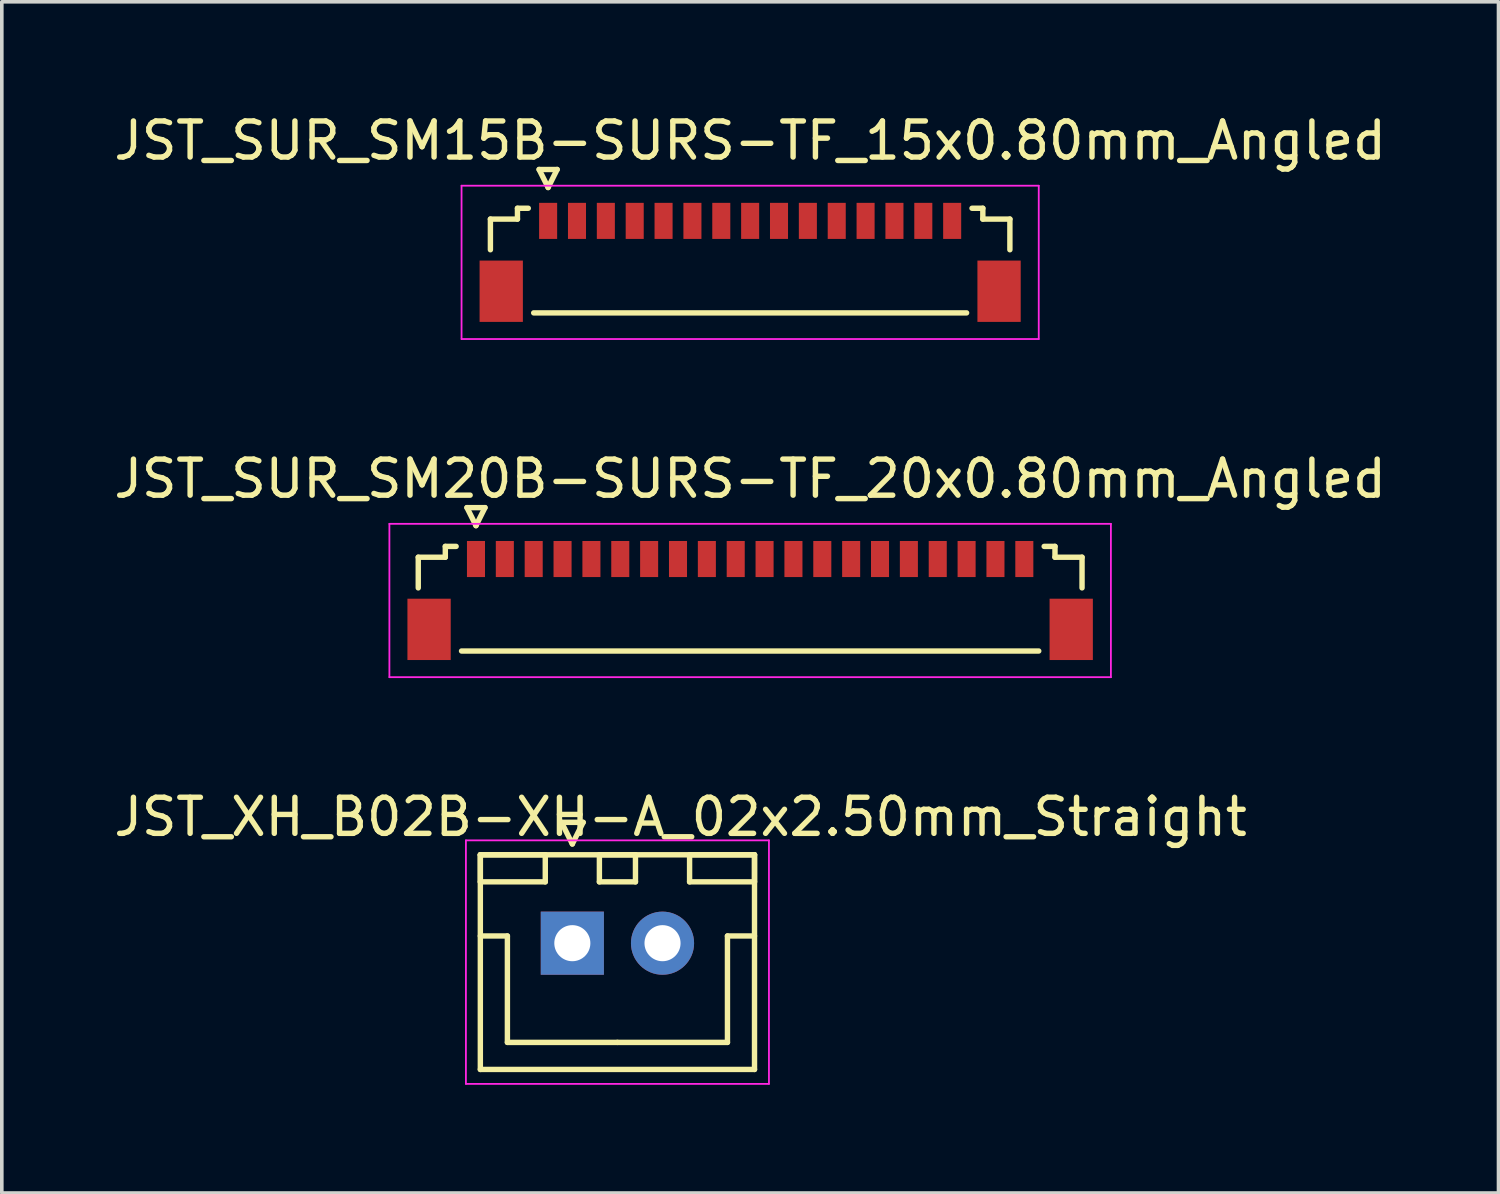
<source format=kicad_pcb>
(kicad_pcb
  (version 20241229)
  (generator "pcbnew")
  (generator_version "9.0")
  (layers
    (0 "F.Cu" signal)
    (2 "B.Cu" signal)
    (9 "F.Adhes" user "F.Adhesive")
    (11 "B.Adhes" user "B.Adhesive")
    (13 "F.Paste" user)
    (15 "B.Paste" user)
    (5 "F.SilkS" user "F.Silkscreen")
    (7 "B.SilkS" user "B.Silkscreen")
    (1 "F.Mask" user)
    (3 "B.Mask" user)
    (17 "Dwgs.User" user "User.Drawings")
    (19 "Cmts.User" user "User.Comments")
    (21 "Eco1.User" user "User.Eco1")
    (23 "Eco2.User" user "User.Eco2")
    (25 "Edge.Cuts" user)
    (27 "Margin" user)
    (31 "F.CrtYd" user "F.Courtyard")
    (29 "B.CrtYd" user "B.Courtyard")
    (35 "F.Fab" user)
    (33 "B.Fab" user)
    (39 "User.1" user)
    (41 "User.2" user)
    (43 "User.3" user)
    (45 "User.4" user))
  (footprint "JST_SUR_SM20B-SURS-TF_20x0.80mm_Angled"
    (layer "F.Cu")
    (at 17.744 13.421)
    (property "Reference" "JST_SUR_SM20B-SURS-TF_20x0.80mm_Angled" (at 0 -3.2 0) (layer "F.SilkS") (effects (font (size 1 1) (thickness 0.15))))
    (attr smd)
    (fp_line (start -9.2 -1.025) (end -9.2 -0.175) (stroke (width 0.15) (type solid)) (layer "F.SilkS"))
    (fp_line (start -8.45 -1.325) (end -8.45 -1.025) (stroke (width 0.15) (type solid)) (layer "F.SilkS"))
    (fp_line (start -8.45 -1.025) (end -9.2 -1.025) (stroke (width 0.15) (type solid)) (layer "F.SilkS"))
    (fp_line (start -8.15 -1.325) (end -8.45 -1.325) (stroke (width 0.15) (type solid)) (layer "F.SilkS"))
    (fp_line (start -8 1.575) (end 8 1.575) (stroke (width 0.15) (type solid)) (layer "F.SilkS"))
    (fp_line (start -7.85 -2.4) (end -7.35 -2.4) (stroke (width 0.15) (type solid)) (layer "F.SilkS"))
    (fp_line (start -7.6 -1.9) (end -7.85 -2.4) (stroke (width 0.15) (type solid)) (layer "F.SilkS"))
    (fp_line (start -7.35 -2.4) (end -7.6 -1.9) (stroke (width 0.15) (type solid)) (layer "F.SilkS"))
    (fp_line (start 8.15 -1.325) (end 8.45 -1.325) (stroke (width 0.15) (type solid)) (layer "F.SilkS"))
    (fp_line (start 8.45 -1.325) (end 8.45 -1.025) (stroke (width 0.15) (type solid)) (layer "F.SilkS"))
    (fp_line (start 8.45 -1.025) (end 9.2 -1.025) (stroke (width 0.15) (type solid)) (layer "F.SilkS"))
    (fp_line (start 9.2 -1.025) (end 9.2 -0.175) (stroke (width 0.15) (type solid)) (layer "F.SilkS"))
    (fp_line (start -10 -1.95) (end 10 -1.95) (stroke (width 0.05) (type solid)) (layer "F.CrtYd"))
    (fp_line (start -10 2.3) (end -10 -1.95) (stroke (width 0.05) (type solid)) (layer "F.CrtYd"))
    (fp_line (start 10 -1.95) (end 10 2.3) (stroke (width 0.05) (type solid)) (layer "F.CrtYd"))
    (fp_line (start 10 2.3) (end -10 2.3) (stroke (width 0.05) (type solid)) (layer "F.CrtYd"))
    (pad "" smd rect (at -8.9 0.975) (size 1.2 1.7) (layers "F.Cu" "F.Mask" "F.Paste"))
    (pad "" smd rect (at 8.9 0.975) (size 1.2 1.7) (layers "F.Cu" "F.Mask" "F.Paste"))
    (pad "1" smd rect (at -7.6 -0.975) (size 0.5 1) (layers "F.Cu" "F.Mask" "F.Paste"))
    (pad "2" smd rect (at -6.8 -0.975) (size 0.5 1) (layers "F.Cu" "F.Mask" "F.Paste"))
    (pad "3" smd rect (at -6 -0.975) (size 0.5 1) (layers "F.Cu" "F.Mask" "F.Paste"))
    (pad "4" smd rect (at -5.2 -0.975) (size 0.5 1) (layers "F.Cu" "F.Mask" "F.Paste"))
    (pad "5" smd rect (at -4.4 -0.975) (size 0.5 1) (layers "F.Cu" "F.Mask" "F.Paste"))
    (pad "6" smd rect (at -3.6 -0.975) (size 0.5 1) (layers "F.Cu" "F.Mask" "F.Paste"))
    (pad "7" smd rect (at -2.8 -0.975) (size 0.5 1) (layers "F.Cu" "F.Mask" "F.Paste"))
    (pad "8" smd rect (at -2 -0.975) (size 0.5 1) (layers "F.Cu" "F.Mask" "F.Paste"))
    (pad "9" smd rect (at -1.2 -0.975) (size 0.5 1) (layers "F.Cu" "F.Mask" "F.Paste"))
    (pad "10" smd rect (at -0.4 -0.975) (size 0.5 1) (layers "F.Cu" "F.Mask" "F.Paste"))
    (pad "11" smd rect (at 0.4 -0.975) (size 0.5 1) (layers "F.Cu" "F.Mask" "F.Paste"))
    (pad "12" smd rect (at 1.2 -0.975) (size 0.5 1) (layers "F.Cu" "F.Mask" "F.Paste"))
    (pad "13" smd rect (at 2 -0.975) (size 0.5 1) (layers "F.Cu" "F.Mask" "F.Paste"))
    (pad "14" smd rect (at 2.8 -0.975) (size 0.5 1) (layers "F.Cu" "F.Mask" "F.Paste"))
    (pad "15" smd rect (at 3.6 -0.975) (size 0.5 1) (layers "F.Cu" "F.Mask" "F.Paste"))
    (pad "16" smd rect (at 4.4 -0.975) (size 0.5 1) (layers "F.Cu" "F.Mask" "F.Paste"))
    (pad "17" smd rect (at 5.2 -0.975) (size 0.5 1) (layers "F.Cu" "F.Mask" "F.Paste"))
    (pad "18" smd rect (at 6 -0.975) (size 0.5 1) (layers "F.Cu" "F.Mask" "F.Paste"))
    (pad "19" smd rect (at 6.8 -0.975) (size 0.5 1) (layers "F.Cu" "F.Mask" "F.Paste"))
    (pad "20" smd rect (at 7.6 -0.975) (size 0.5 1) (layers "F.Cu" "F.Mask" "F.Paste")))
  (footprint "JST_XH_B02B-XH-A_02x2.50mm_Straight"
    (layer "F.Cu")
    (at 12.815 23.095)
    (property "Reference" "JST_XH_B02B-XH-A_02x2.50mm_Straight" (at 3 -3.5 0) (layer "F.SilkS") (effects (font (size 1 1) (thickness 0.15))))
    (attr through_hole)
    (fp_line (start -2.55 -2.45) (end -2.55 -1.7) (stroke (width 0.15) (type solid)) (layer "F.SilkS"))
    (fp_line (start -2.55 -2.45) (end -2.55 3.5) (stroke (width 0.15) (type solid)) (layer "F.SilkS"))
    (fp_line (start -2.55 -1.7) (end -0.75 -1.7) (stroke (width 0.15) (type solid)) (layer "F.SilkS"))
    (fp_line (start -2.55 -0.2) (end -1.8 -0.2) (stroke (width 0.15) (type solid)) (layer "F.SilkS"))
    (fp_line (start -2.55 3.5) (end 5.05 3.5) (stroke (width 0.15) (type solid)) (layer "F.SilkS"))
    (fp_line (start -1.8 -0.2) (end -1.8 2.75) (stroke (width 0.15) (type solid)) (layer "F.SilkS"))
    (fp_line (start -1.8 2.75) (end 1.25 2.75) (stroke (width 0.15) (type solid)) (layer "F.SilkS"))
    (fp_line (start -0.75 -2.45) (end -2.55 -2.45) (stroke (width 0.15) (type solid)) (layer "F.SilkS"))
    (fp_line (start -0.75 -1.7) (end -0.75 -2.45) (stroke (width 0.15) (type solid)) (layer "F.SilkS"))
    (fp_line (start -0.3 -3.35) (end 0.3 -3.35) (stroke (width 0.15) (type solid)) (layer "F.SilkS"))
    (fp_line (start 0 -2.75) (end -0.3 -3.35) (stroke (width 0.15) (type solid)) (layer "F.SilkS"))
    (fp_line (start 0.3 -3.35) (end 0 -2.75) (stroke (width 0.15) (type solid)) (layer "F.SilkS"))
    (fp_line (start 0.75 -2.45) (end 0.75 -1.7) (stroke (width 0.15) (type solid)) (layer "F.SilkS"))
    (fp_line (start 0.75 -1.7) (end 1.75 -1.7) (stroke (width 0.15) (type solid)) (layer "F.SilkS"))
    (fp_line (start 1.75 -2.45) (end 0.75 -2.45) (stroke (width 0.15) (type solid)) (layer "F.SilkS"))
    (fp_line (start 1.75 -1.7) (end 1.75 -2.45) (stroke (width 0.15) (type solid)) (layer "F.SilkS"))
    (fp_line (start 3.25 -2.45) (end 3.25 -1.7) (stroke (width 0.15) (type solid)) (layer "F.SilkS"))
    (fp_line (start 3.25 -1.7) (end 5.05 -1.7) (stroke (width 0.15) (type solid)) (layer "F.SilkS"))
    (fp_line (start 4.3 -0.2) (end 4.3 2.75) (stroke (width 0.15) (type solid)) (layer "F.SilkS"))
    (fp_line (start 4.3 2.75) (end 1.25 2.75) (stroke (width 0.15) (type solid)) (layer "F.SilkS"))
    (fp_line (start 5.05 -2.45) (end -2.55 -2.45) (stroke (width 0.15) (type solid)) (layer "F.SilkS"))
    (fp_line (start 5.05 -2.45) (end 3.25 -2.45) (stroke (width 0.15) (type solid)) (layer "F.SilkS"))
    (fp_line (start 5.05 -1.7) (end 5.05 -2.45) (stroke (width 0.15) (type solid)) (layer "F.SilkS"))
    (fp_line (start 5.05 -0.2) (end 4.3 -0.2) (stroke (width 0.15) (type solid)) (layer "F.SilkS"))
    (fp_line (start 5.05 3.5) (end 5.05 -2.45) (stroke (width 0.15) (type solid)) (layer "F.SilkS"))
    (fp_line (start -2.95 -2.85) (end -2.95 3.9) (stroke (width 0.05) (type solid)) (layer "F.CrtYd"))
    (fp_line (start -2.95 3.9) (end 5.45 3.9) (stroke (width 0.05) (type solid)) (layer "F.CrtYd"))
    (fp_line (start 5.45 -2.85) (end -2.95 -2.85) (stroke (width 0.05) (type solid)) (layer "F.CrtYd"))
    (fp_line (start 5.45 3.9) (end 5.45 -2.85) (stroke (width 0.05) (type solid)) (layer "F.CrtYd"))
    (pad "1" thru_hole rect (at 0 0) (size 1.75 1.75) (drill 1) (layers "*.Cu" "*.Mask"))
    (pad "2" thru_hole circle (at 2.5 0) (size 1.75 1.75) (drill 1) (layers "*.Cu" "*.Mask")))
  (footprint "JST_SUR_SM15B-SURS-TF_15x0.80mm_Angled"
    (layer "F.Cu")
    (at 17.744 4.048)
    (property "Reference" "JST_SUR_SM15B-SURS-TF_15x0.80mm_Angled" (at 0 -3.2 0) (layer "F.SilkS") (effects (font (size 1 1) (thickness 0.15))))
    (attr smd)
    (fp_line (start -7.2 -1.025) (end -7.2 -0.175) (stroke (width 0.15) (type solid)) (layer "F.SilkS"))
    (fp_line (start -6.45 -1.325) (end -6.45 -1.025) (stroke (width 0.15) (type solid)) (layer "F.SilkS"))
    (fp_line (start -6.45 -1.025) (end -7.2 -1.025) (stroke (width 0.15) (type solid)) (layer "F.SilkS"))
    (fp_line (start -6.15 -1.325) (end -6.45 -1.325) (stroke (width 0.15) (type solid)) (layer "F.SilkS"))
    (fp_line (start -6 1.575) (end 6 1.575) (stroke (width 0.15) (type solid)) (layer "F.SilkS"))
    (fp_line (start -5.85 -2.4) (end -5.35 -2.4) (stroke (width 0.15) (type solid)) (layer "F.SilkS"))
    (fp_line (start -5.6 -1.9) (end -5.85 -2.4) (stroke (width 0.15) (type solid)) (layer "F.SilkS"))
    (fp_line (start -5.35 -2.4) (end -5.6 -1.9) (stroke (width 0.15) (type solid)) (layer "F.SilkS"))
    (fp_line (start 6.15 -1.325) (end 6.45 -1.325) (stroke (width 0.15) (type solid)) (layer "F.SilkS"))
    (fp_line (start 6.45 -1.325) (end 6.45 -1.025) (stroke (width 0.15) (type solid)) (layer "F.SilkS"))
    (fp_line (start 6.45 -1.025) (end 7.2 -1.025) (stroke (width 0.15) (type solid)) (layer "F.SilkS"))
    (fp_line (start 7.2 -1.025) (end 7.2 -0.175) (stroke (width 0.15) (type solid)) (layer "F.SilkS"))
    (fp_line (start -8 -1.95) (end 8 -1.95) (stroke (width 0.05) (type solid)) (layer "F.CrtYd"))
    (fp_line (start -8 2.3) (end -8 -1.95) (stroke (width 0.05) (type solid)) (layer "F.CrtYd"))
    (fp_line (start 8 -1.95) (end 8 2.3) (stroke (width 0.05) (type solid)) (layer "F.CrtYd"))
    (fp_line (start 8 2.3) (end -8 2.3) (stroke (width 0.05) (type solid)) (layer "F.CrtYd"))
    (pad "" smd rect (at -6.9 0.975) (size 1.2 1.7) (layers "F.Cu" "F.Mask" "F.Paste"))
    (pad "" smd rect (at 6.9 0.975) (size 1.2 1.7) (layers "F.Cu" "F.Mask" "F.Paste"))
    (pad "1" smd rect (at -5.6 -0.975) (size 0.5 1) (layers "F.Cu" "F.Mask" "F.Paste"))
    (pad "2" smd rect (at -4.8 -0.975) (size 0.5 1) (layers "F.Cu" "F.Mask" "F.Paste"))
    (pad "3" smd rect (at -4 -0.975) (size 0.5 1) (layers "F.Cu" "F.Mask" "F.Paste"))
    (pad "4" smd rect (at -3.2 -0.975) (size 0.5 1) (layers "F.Cu" "F.Mask" "F.Paste"))
    (pad "5" smd rect (at -2.4 -0.975) (size 0.5 1) (layers "F.Cu" "F.Mask" "F.Paste"))
    (pad "6" smd rect (at -1.6 -0.975) (size 0.5 1) (layers "F.Cu" "F.Mask" "F.Paste"))
    (pad "7" smd rect (at -0.8 -0.975) (size 0.5 1) (layers "F.Cu" "F.Mask" "F.Paste"))
    (pad "8" smd rect (at 0 -0.975) (size 0.5 1) (layers "F.Cu" "F.Mask" "F.Paste"))
    (pad "9" smd rect (at 0.8 -0.975) (size 0.5 1) (layers "F.Cu" "F.Mask" "F.Paste"))
    (pad "10" smd rect (at 1.6 -0.975) (size 0.5 1) (layers "F.Cu" "F.Mask" "F.Paste"))
    (pad "11" smd rect (at 2.4 -0.975) (size 0.5 1) (layers "F.Cu" "F.Mask" "F.Paste"))
    (pad "12" smd rect (at 3.2 -0.975) (size 0.5 1) (layers "F.Cu" "F.Mask" "F.Paste"))
    (pad "13" smd rect (at 4 -0.975) (size 0.5 1) (layers "F.Cu" "F.Mask" "F.Paste"))
    (pad "14" smd rect (at 4.8 -0.975) (size 0.5 1) (layers "F.Cu" "F.Mask" "F.Paste"))
    (pad "15" smd rect (at 5.6 -0.975) (size 0.5 1) (layers "F.Cu" "F.Mask" "F.Paste")))
  (gr_rect
    (start -3 -3)
    (end 38.488 30.02)
    (stroke (width 0.1) (type default))
    (fill no)
    (layer "Edge.Cuts")))
</source>
